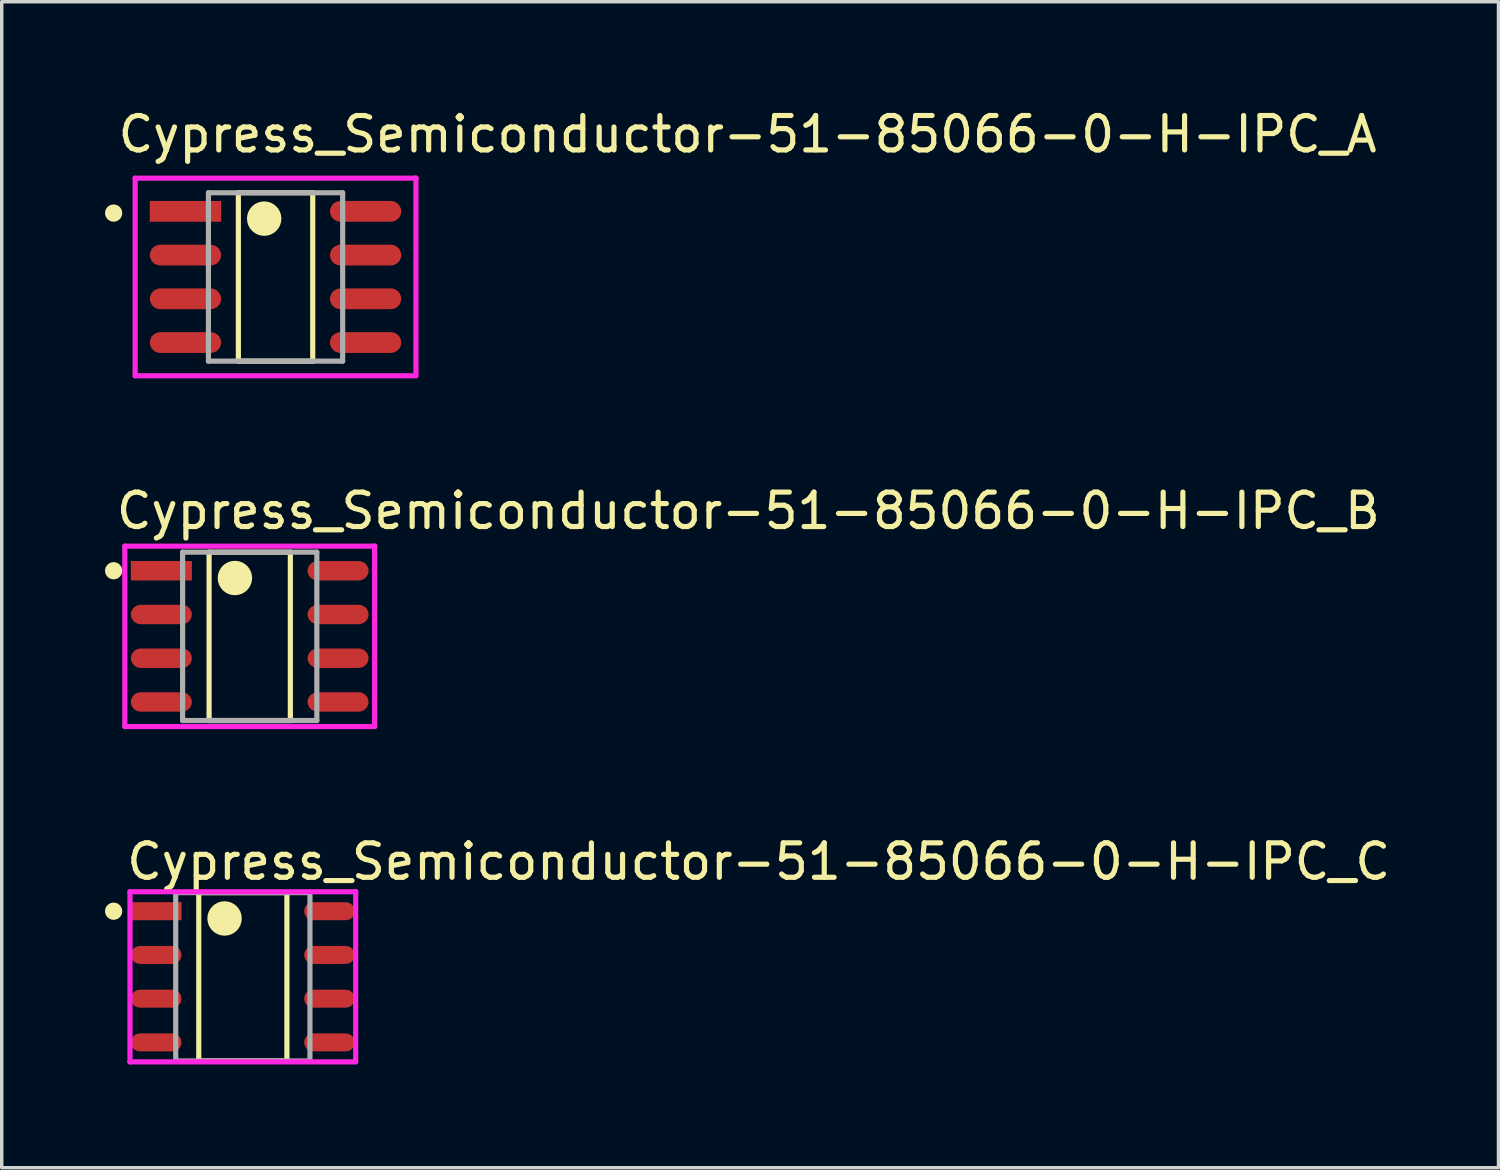
<source format=kicad_pcb>
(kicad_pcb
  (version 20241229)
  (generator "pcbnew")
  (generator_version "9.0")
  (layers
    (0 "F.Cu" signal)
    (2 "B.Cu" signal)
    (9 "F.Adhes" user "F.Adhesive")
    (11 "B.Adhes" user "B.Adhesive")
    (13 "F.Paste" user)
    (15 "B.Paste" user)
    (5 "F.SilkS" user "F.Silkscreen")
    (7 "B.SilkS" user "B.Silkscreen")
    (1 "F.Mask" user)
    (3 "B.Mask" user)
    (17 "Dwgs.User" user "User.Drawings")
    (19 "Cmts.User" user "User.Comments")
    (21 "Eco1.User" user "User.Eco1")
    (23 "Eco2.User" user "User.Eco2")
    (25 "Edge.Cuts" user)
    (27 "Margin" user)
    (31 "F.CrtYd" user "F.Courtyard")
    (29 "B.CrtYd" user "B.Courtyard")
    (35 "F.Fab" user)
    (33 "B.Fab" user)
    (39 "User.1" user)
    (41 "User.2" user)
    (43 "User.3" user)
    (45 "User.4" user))
  (footprint "Cypress_Semiconductor-51-85066-0-H-IPC_B"
    (layer "F.Cu")
    (at 4.202 15.43)
    (property "Reference" "Cypress_Semiconductor-51-85066-0-H-IPC_B" (at -3.952 -3.644 0) (layer "F.SilkS") (effects (font (size 1 1) (thickness 0.15)) (justify left)))
    (attr through_hole)
    (fp_line (start -1.18 -2.445) (end 1.18 -2.445) (stroke (width 0.15) (type solid)) (layer "F.SilkS"))
    (fp_line (start -1.18 2.445) (end -1.18 -2.445) (stroke (width 0.15) (type solid)) (layer "F.SilkS"))
    (fp_line (start 1.18 -2.445) (end 1.18 2.445) (stroke (width 0.15) (type solid)) (layer "F.SilkS"))
    (fp_line (start 1.18 2.445) (end -1.18 2.445) (stroke (width 0.15) (type solid)) (layer "F.SilkS"))
    (fp_circle (center -3.952 -1.905) (end -3.827 -1.905) (stroke (width 0.25) (type solid)) (fill no) (layer "F.SilkS"))
    (fp_circle (center -0.43 -1.694) (end -0.18 -1.694) (stroke (width 0.5) (type solid)) (fill no) (layer "F.SilkS"))
    (fp_line (start -3.627 -2.619) (end -3.627 2.619) (stroke (width 0.15) (type solid)) (layer "F.CrtYd"))
    (fp_line (start -3.627 2.619) (end 3.627 2.619) (stroke (width 0.15) (type solid)) (layer "F.CrtYd"))
    (fp_line (start 3.627 -2.619) (end -3.627 -2.619) (stroke (width 0.15) (type solid)) (layer "F.CrtYd"))
    (fp_line (start 3.627 -2.619) (end 3.627 -2.619) (stroke (width 0.15) (type solid)) (layer "F.CrtYd"))
    (fp_line (start 3.627 2.619) (end 3.627 -2.619) (stroke (width 0.15) (type solid)) (layer "F.CrtYd"))
    (fp_line (start -1.949 -2.445) (end 1.949 -2.445) (stroke (width 0.15) (type solid)) (layer "F.Fab"))
    (fp_line (start -1.949 2.445) (end -1.949 -2.445) (stroke (width 0.15) (type solid)) (layer "F.Fab"))
    (fp_line (start 1.949 -2.445) (end 1.949 2.445) (stroke (width 0.15) (type solid)) (layer "F.Fab"))
    (fp_line (start 1.949 2.445) (end -1.949 2.445) (stroke (width 0.15) (type solid)) (layer "F.Fab"))
    (pad "1" smd rect (at -2.566 -1.905) (size 1.772 0.564) (layers "F.Cu" "F.Mask" "F.Paste"))
    (pad "2" smd roundrect (at -2.566 -0.635) (size 1.772 0.564) (layers "F.Cu" "F.Mask" "F.Paste") (roundrect_rratio 0.5))
    (pad "3" smd roundrect (at -2.566 0.635) (size 1.772 0.564) (layers "F.Cu" "F.Mask" "F.Paste") (roundrect_rratio 0.5))
    (pad "4" smd roundrect (at -2.566 1.905) (size 1.772 0.564) (layers "F.Cu" "F.Mask" "F.Paste") (roundrect_rratio 0.5))
    (pad "5" smd roundrect (at 2.566 1.905) (size 1.772 0.564) (layers "F.Cu" "F.Mask" "F.Paste") (roundrect_rratio 0.5))
    (pad "6" smd roundrect (at 2.566 0.635) (size 1.772 0.564) (layers "F.Cu" "F.Mask" "F.Paste") (roundrect_rratio 0.5))
    (pad "7" smd roundrect (at 2.566 -0.635) (size 1.772 0.564) (layers "F.Cu" "F.Mask" "F.Paste") (roundrect_rratio 0.5))
    (pad "8" smd roundrect (at 2.566 -1.905) (size 1.772 0.564) (layers "F.Cu" "F.Mask" "F.Paste") (roundrect_rratio 0.5)))
  (footprint "Cypress_Semiconductor-51-85066-0-H-IPC_C"
    (layer "F.Cu")
    (at 4.002 25.317)
    (property "Reference" "Cypress_Semiconductor-51-85066-0-H-IPC_C" (at -3.452 -3.345 0) (layer "F.SilkS") (effects (font (size 1 1) (thickness 0.15)) (justify left)))
    (attr through_hole)
    (fp_line (start -1.28 -2.445) (end 1.28 -2.445) (stroke (width 0.15) (type solid)) (layer "F.SilkS"))
    (fp_line (start -1.28 2.445) (end -1.28 -2.445) (stroke (width 0.15) (type solid)) (layer "F.SilkS"))
    (fp_line (start 1.28 -2.445) (end 1.28 2.445) (stroke (width 0.15) (type solid)) (layer "F.SilkS"))
    (fp_line (start 1.28 2.445) (end -1.28 2.445) (stroke (width 0.15) (type solid)) (layer "F.SilkS"))
    (fp_circle (center -3.752 -1.905) (end -3.627 -1.905) (stroke (width 0.25) (type solid)) (fill no) (layer "F.SilkS"))
    (fp_circle (center -0.53 -1.694) (end -0.28 -1.694) (stroke (width 0.5) (type solid)) (fill no) (layer "F.SilkS"))
    (fp_line (start -3.277 -2.47) (end -3.277 2.47) (stroke (width 0.15) (type solid)) (layer "F.CrtYd"))
    (fp_line (start -3.277 2.47) (end 3.277 2.47) (stroke (width 0.15) (type solid)) (layer "F.CrtYd"))
    (fp_line (start 3.277 -2.47) (end -3.277 -2.47) (stroke (width 0.15) (type solid)) (layer "F.CrtYd"))
    (fp_line (start 3.277 -2.47) (end 3.277 -2.47) (stroke (width 0.15) (type solid)) (layer "F.CrtYd"))
    (fp_line (start 3.277 2.47) (end 3.277 -2.47) (stroke (width 0.15) (type solid)) (layer "F.CrtYd"))
    (fp_line (start -1.949 -2.445) (end 1.949 -2.445) (stroke (width 0.15) (type solid)) (layer "F.Fab"))
    (fp_line (start -1.949 2.445) (end -1.949 -2.445) (stroke (width 0.15) (type solid)) (layer "F.Fab"))
    (fp_line (start 1.949 -2.445) (end 1.949 2.445) (stroke (width 0.15) (type solid)) (layer "F.Fab"))
    (fp_line (start 1.949 2.445) (end -1.949 2.445) (stroke (width 0.15) (type solid)) (layer "F.Fab"))
    (pad "1" smd rect (at -2.516 -1.905) (size 1.472 0.524) (layers "F.Cu" "F.Mask" "F.Paste"))
    (pad "2" smd roundrect (at -2.516 -0.635) (size 1.472 0.524) (layers "F.Cu" "F.Mask" "F.Paste") (roundrect_rratio 0.5))
    (pad "3" smd roundrect (at -2.516 0.635) (size 1.472 0.524) (layers "F.Cu" "F.Mask" "F.Paste") (roundrect_rratio 0.5))
    (pad "4" smd roundrect (at -2.516 1.905) (size 1.472 0.524) (layers "F.Cu" "F.Mask" "F.Paste") (roundrect_rratio 0.5))
    (pad "5" smd roundrect (at 2.516 1.905) (size 1.472 0.524) (layers "F.Cu" "F.Mask" "F.Paste") (roundrect_rratio 0.5))
    (pad "6" smd roundrect (at 2.516 0.635) (size 1.472 0.524) (layers "F.Cu" "F.Mask" "F.Paste") (roundrect_rratio 0.5))
    (pad "7" smd roundrect (at 2.516 -0.635) (size 1.472 0.524) (layers "F.Cu" "F.Mask" "F.Paste") (roundrect_rratio 0.5))
    (pad "8" smd roundrect (at 2.516 -1.905) (size 1.472 0.524) (layers "F.Cu" "F.Mask" "F.Paste") (roundrect_rratio 0.5)))
  (footprint "Cypress_Semiconductor-51-85066-0-H-IPC_A"
    (layer "F.Cu")
    (at 4.952 4.993)
    (property "Reference" "Cypress_Semiconductor-51-85066-0-H-IPC_A" (at -4.652 -4.144 0) (layer "F.SilkS") (effects (font (size 1 1) (thickness 0.15)) (justify left)))
    (attr through_hole)
    (fp_line (start -1.08 -2.445) (end 1.08 -2.445) (stroke (width 0.15) (type solid)) (layer "F.SilkS"))
    (fp_line (start -1.08 2.445) (end -1.08 -2.445) (stroke (width 0.15) (type solid)) (layer "F.SilkS"))
    (fp_line (start 1.08 -2.445) (end 1.08 2.445) (stroke (width 0.15) (type solid)) (layer "F.SilkS"))
    (fp_line (start 1.08 2.445) (end -1.08 2.445) (stroke (width 0.15) (type solid)) (layer "F.SilkS"))
    (fp_circle (center -4.702 -1.855) (end -4.577 -1.855) (stroke (width 0.25) (type solid)) (fill no) (layer "F.SilkS"))
    (fp_circle (center -0.33 -1.694) (end -0.08 -1.694) (stroke (width 0.5) (type solid)) (fill no) (layer "F.SilkS"))
    (fp_line (start -4.077 -2.869) (end -4.077 2.869) (stroke (width 0.15) (type solid)) (layer "F.CrtYd"))
    (fp_line (start -4.077 2.869) (end 4.077 2.869) (stroke (width 0.15) (type solid)) (layer "F.CrtYd"))
    (fp_line (start 4.077 -2.869) (end -4.077 -2.869) (stroke (width 0.15) (type solid)) (layer "F.CrtYd"))
    (fp_line (start 4.077 -2.869) (end 4.077 -2.869) (stroke (width 0.15) (type solid)) (layer "F.CrtYd"))
    (fp_line (start 4.077 2.869) (end 4.077 -2.869) (stroke (width 0.15) (type solid)) (layer "F.CrtYd"))
    (fp_line (start -1.949 -2.445) (end 1.949 -2.445) (stroke (width 0.15) (type solid)) (layer "F.Fab"))
    (fp_line (start -1.949 2.445) (end -1.949 -2.445) (stroke (width 0.15) (type solid)) (layer "F.Fab"))
    (fp_line (start 1.949 -2.445) (end 1.949 2.445) (stroke (width 0.15) (type solid)) (layer "F.Fab"))
    (fp_line (start 1.949 2.445) (end -1.949 2.445) (stroke (width 0.15) (type solid)) (layer "F.Fab"))
    (pad "1" smd rect (at -2.616 -1.905) (size 2.072 0.604) (layers "F.Cu" "F.Mask" "F.Paste"))
    (pad "2" smd roundrect (at -2.616 -0.635) (size 2.072 0.604) (layers "F.Cu" "F.Mask" "F.Paste") (roundrect_rratio 0.5))
    (pad "3" smd roundrect (at -2.616 0.635) (size 2.072 0.604) (layers "F.Cu" "F.Mask" "F.Paste") (roundrect_rratio 0.5))
    (pad "4" smd roundrect (at -2.616 1.905) (size 2.072 0.604) (layers "F.Cu" "F.Mask" "F.Paste") (roundrect_rratio 0.5))
    (pad "5" smd roundrect (at 2.616 1.905) (size 2.072 0.604) (layers "F.Cu" "F.Mask" "F.Paste") (roundrect_rratio 0.5))
    (pad "6" smd roundrect (at 2.616 0.635) (size 2.072 0.604) (layers "F.Cu" "F.Mask" "F.Paste") (roundrect_rratio 0.5))
    (pad "7" smd roundrect (at 2.616 -0.635) (size 2.072 0.604) (layers "F.Cu" "F.Mask" "F.Paste") (roundrect_rratio 0.5))
    (pad "8" smd roundrect (at 2.616 -1.905) (size 2.072 0.604) (layers "F.Cu" "F.Mask" "F.Paste") (roundrect_rratio 0.5)))
  (gr_rect
    (start -3 -3)
    (end 40.467 30.862)
    (stroke (width 0.1) (type default))
    (fill no)
    (layer "Edge.Cuts")))
</source>
